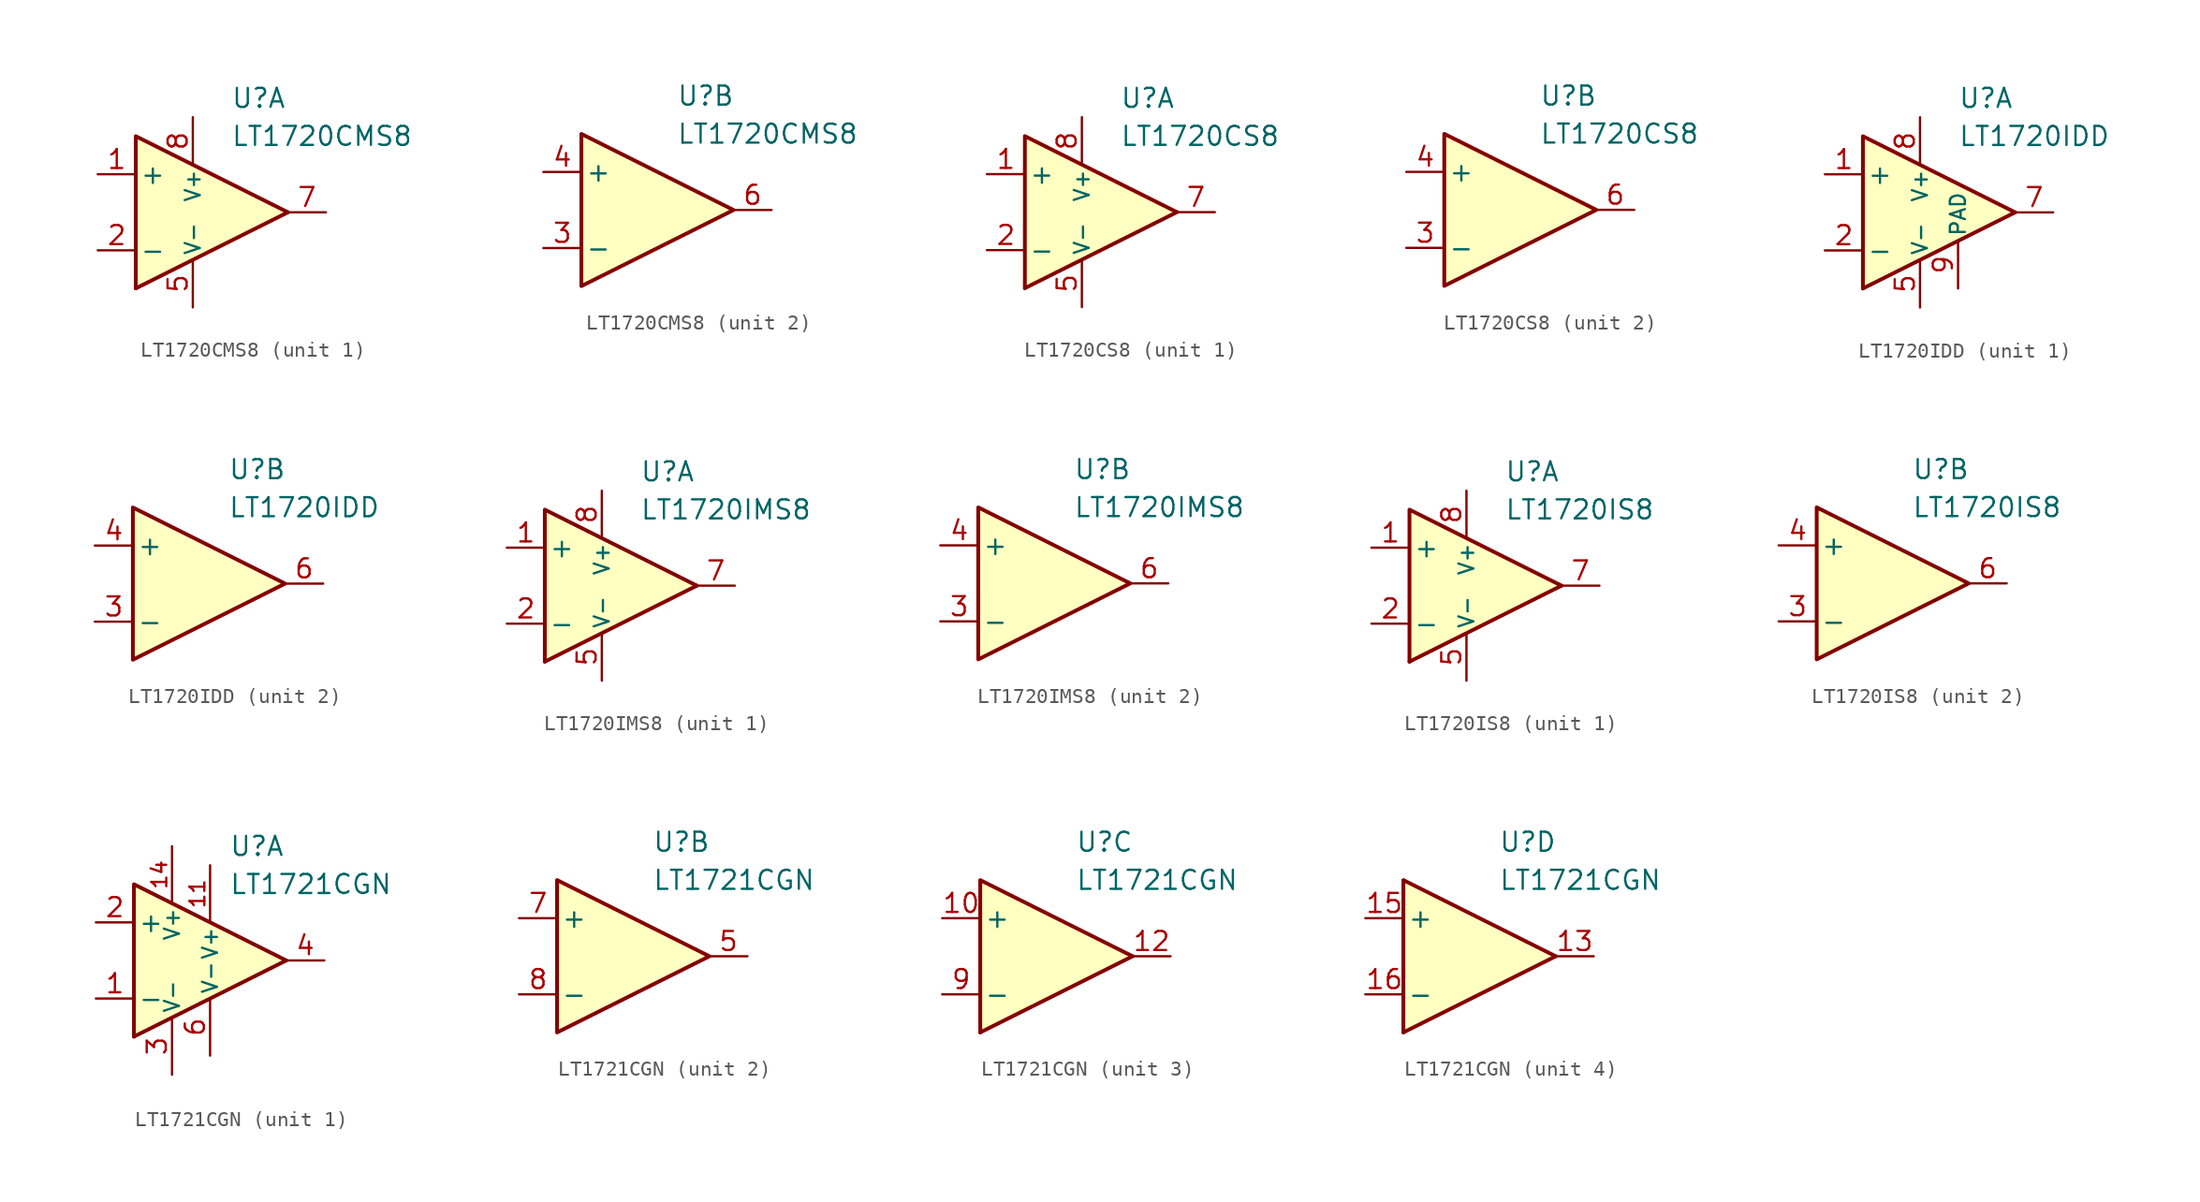
<source format=kicad_sym>
(kicad_symbol_lib
  (version 20211014)
  (generator kicad_symbol_editor)
  (symbol "LT1720CMS8"
    (pin_names
      (offset 0.254))
    (property "Reference" "U"
      (at 2.54 7.62 0)
      (effects (font (size 1.27 1.27)) (justify left)))
    (property "Value" "LT1720CMS8"
      (at 2.54 5.08 0)
      (effects (font (size 1.27 1.27)) (justify left)))
    (property "ki_locked" ""
      (at 0 0 0)
      (effects (font (size 1.27 1.27))))
    (symbol "LT1720CMS8_1_0"
      (polyline (pts (xy 6.35 0) (xy -3.81 -5.08)) (stroke (width 0.254) (type default) (color 0 0 0 0)) (fill (type none)))
      (polyline (pts (xy 6.35 0) (xy -3.81 5.08) (xy -3.81 -5.08)) (stroke (width 0.254) (type default) (color 0 0 0 0)) (fill (type background))))
    (symbol "LT1720CMS8_1_1"
      (pin input line (at -6.35 2.54 0) (length 2.54) (name "+" (effects (font (size 1.27 1.27)))) (number "1" (effects (font (size 1.27 1.27)))))
      (pin input line (at -6.35 -2.54 0) (length 2.54) (name "-" (effects (font (size 1.27 1.27)))) (number "2" (effects (font (size 1.27 1.27)))))
      (pin power_in line (at 0 -6.35 90) (length 3.18) (name "V-" (effects (font (size 1 1)))) (number "5" (effects (font (size 1.27 1.27)))))
      (pin output line (at 8.89 0 180) (length 2.54) (name "~" (effects (font (size 1.27 1.27)))) (number "7" (effects (font (size 1.27 1.27)))))
      (pin power_in line (at 0 6.35 270) (length 3.18) (name "V+" (effects (font (size 1 1)))) (number "8" (effects (font (size 1.27 1.27))))))
    (symbol "LT1720CMS8_2_0"
      (polyline (pts (xy 6.35 0) (xy -3.81 5.08) (xy -3.81 -5.08) (xy 6.35 0)) (stroke (width 0.254) (type default) (color 0 0 0 0)) (fill (type background))))
    (symbol "LT1720CMS8_2_1"
      (pin input line (at -6.35 -2.54 0) (length 2.54) (name "-" (effects (font (size 1.27 1.27)))) (number "3" (effects (font (size 1.27 1.27)))))
      (pin input line (at -6.35 2.54 0) (length 2.54) (name "+" (effects (font (size 1.27 1.27)))) (number "4" (effects (font (size 1.27 1.27)))))
      (pin output line (at 8.89 0 180) (length 2.54) (name "~" (effects (font (size 1.27 1.27)))) (number "6" (effects (font (size 1.27 1.27)))))))
  (symbol "LT1720CS8"
    (pin_names
      (offset 0.254))
    (property "Reference" "U"
      (at 2.54 7.62 0)
      (effects (font (size 1.27 1.27)) (justify left)))
    (property "Value" "LT1720CS8"
      (at 2.54 5.08 0)
      (effects (font (size 1.27 1.27)) (justify left)))
    (property "ki_locked" ""
      (at 0 0 0)
      (effects (font (size 1.27 1.27))))
    (symbol "LT1720CS8_1_0"
      (polyline (pts (xy 6.35 0) (xy -3.81 -5.08)) (stroke (width 0.254) (type default) (color 0 0 0 0)) (fill (type none)))
      (polyline (pts (xy 6.35 0) (xy -3.81 5.08) (xy -3.81 -5.08)) (stroke (width 0.254) (type default) (color 0 0 0 0)) (fill (type background))))
    (symbol "LT1720CS8_1_1"
      (pin input line (at -6.35 2.54 0) (length 2.54) (name "+" (effects (font (size 1.27 1.27)))) (number "1" (effects (font (size 1.27 1.27)))))
      (pin input line (at -6.35 -2.54 0) (length 2.54) (name "-" (effects (font (size 1.27 1.27)))) (number "2" (effects (font (size 1.27 1.27)))))
      (pin power_in line (at 0 -6.35 90) (length 3.18) (name "V-" (effects (font (size 1 1)))) (number "5" (effects (font (size 1.27 1.27)))))
      (pin output line (at 8.89 0 180) (length 2.54) (name "~" (effects (font (size 1.27 1.27)))) (number "7" (effects (font (size 1.27 1.27)))))
      (pin power_in line (at 0 6.35 270) (length 3.18) (name "V+" (effects (font (size 1 1)))) (number "8" (effects (font (size 1.27 1.27))))))
    (symbol "LT1720CS8_2_0"
      (polyline (pts (xy 6.35 0) (xy -3.81 5.08) (xy -3.81 -5.08) (xy 6.35 0)) (stroke (width 0.254) (type default) (color 0 0 0 0)) (fill (type background))))
    (symbol "LT1720CS8_2_1"
      (pin input line (at -6.35 -2.54 0) (length 2.54) (name "-" (effects (font (size 1.27 1.27)))) (number "3" (effects (font (size 1.27 1.27)))))
      (pin input line (at -6.35 2.54 0) (length 2.54) (name "+" (effects (font (size 1.27 1.27)))) (number "4" (effects (font (size 1.27 1.27)))))
      (pin output line (at 8.89 0 180) (length 2.54) (name "~" (effects (font (size 1.27 1.27)))) (number "6" (effects (font (size 1.27 1.27)))))))
  (symbol "LT1720IDD"
    (pin_names
      (offset 0.254))
    (property "Reference" "U"
      (at 2.54 7.62 0)
      (effects (font (size 1.27 1.27)) (justify left)))
    (property "Value" "LT1720IDD"
      (at 2.54 5.08 0)
      (effects (font (size 1.27 1.27)) (justify left)))
    (property "ki_locked" ""
      (at 0 0 0)
      (effects (font (size 1.27 1.27))))
    (symbol "LT1720IDD_1_0"
      (polyline (pts (xy 6.35 0) (xy -3.81 -5.08)) (stroke (width 0.254) (type default) (color 0 0 0 0)) (fill (type none)))
      (polyline (pts (xy 6.35 0) (xy -3.81 5.08) (xy -3.81 -5.08)) (stroke (width 0.254) (type default) (color 0 0 0 0)) (fill (type background))))
    (symbol "LT1720IDD_1_1"
      (pin input line (at -6.35 2.54 0) (length 2.54) (name "+" (effects (font (size 1.27 1.27)))) (number "1" (effects (font (size 1.27 1.27)))))
      (pin input line (at -6.35 -2.54 0) (length 2.54) (name "-" (effects (font (size 1.27 1.27)))) (number "2" (effects (font (size 1.27 1.27)))))
      (pin power_in line (at 0 -6.35 90) (length 3.18) (name "V-" (effects (font (size 1 1)))) (number "5" (effects (font (size 1.27 1.27)))))
      (pin output line (at 8.89 0 180) (length 2.54) (name "~" (effects (font (size 1.27 1.27)))) (number "7" (effects (font (size 1.27 1.27)))))
      (pin power_in line (at 0 6.35 270) (length 3.18) (name "V+" (effects (font (size 1 1)))) (number "8" (effects (font (size 1.27 1.27)))))
      (pin power_in line (at 2.54 -5.08 90) (length 3.18) (name "PAD" (effects (font (size 1 1)))) (number "9" (effects (font (size 1.27 1.27))))))
    (symbol "LT1720IDD_2_0"
      (polyline (pts (xy 6.35 0) (xy -3.81 5.08) (xy -3.81 -5.08) (xy 6.35 0)) (stroke (width 0.254) (type default) (color 0 0 0 0)) (fill (type background))))
    (symbol "LT1720IDD_2_1"
      (pin input line (at -6.35 -2.54 0) (length 2.54) (name "-" (effects (font (size 1.27 1.27)))) (number "3" (effects (font (size 1.27 1.27)))))
      (pin input line (at -6.35 2.54 0) (length 2.54) (name "+" (effects (font (size 1.27 1.27)))) (number "4" (effects (font (size 1.27 1.27)))))
      (pin output line (at 8.89 0 180) (length 2.54) (name "~" (effects (font (size 1.27 1.27)))) (number "6" (effects (font (size 1.27 1.27)))))))
  (symbol "LT1720IMS8"
    (pin_names
      (offset 0.254))
    (property "Reference" "U"
      (at 2.54 7.62 0)
      (effects (font (size 1.27 1.27)) (justify left)))
    (property "Value" "LT1720IMS8"
      (at 2.54 5.08 0)
      (effects (font (size 1.27 1.27)) (justify left)))
    (property "ki_locked" ""
      (at 0 0 0)
      (effects (font (size 1.27 1.27))))
    (symbol "LT1720IMS8_1_0"
      (polyline (pts (xy 6.35 0) (xy -3.81 -5.08)) (stroke (width 0.254) (type default) (color 0 0 0 0)) (fill (type none)))
      (polyline (pts (xy 6.35 0) (xy -3.81 5.08) (xy -3.81 -5.08)) (stroke (width 0.254) (type default) (color 0 0 0 0)) (fill (type background))))
    (symbol "LT1720IMS8_1_1"
      (pin input line (at -6.35 2.54 0) (length 2.54) (name "+" (effects (font (size 1.27 1.27)))) (number "1" (effects (font (size 1.27 1.27)))))
      (pin input line (at -6.35 -2.54 0) (length 2.54) (name "-" (effects (font (size 1.27 1.27)))) (number "2" (effects (font (size 1.27 1.27)))))
      (pin power_in line (at 0 -6.35 90) (length 3.18) (name "V-" (effects (font (size 1 1)))) (number "5" (effects (font (size 1.27 1.27)))))
      (pin output line (at 8.89 0 180) (length 2.54) (name "~" (effects (font (size 1.27 1.27)))) (number "7" (effects (font (size 1.27 1.27)))))
      (pin power_in line (at 0 6.35 270) (length 3.18) (name "V+" (effects (font (size 1 1)))) (number "8" (effects (font (size 1.27 1.27))))))
    (symbol "LT1720IMS8_2_0"
      (polyline (pts (xy 6.35 0) (xy -3.81 5.08) (xy -3.81 -5.08) (xy 6.35 0)) (stroke (width 0.254) (type default) (color 0 0 0 0)) (fill (type background))))
    (symbol "LT1720IMS8_2_1"
      (pin input line (at -6.35 -2.54 0) (length 2.54) (name "-" (effects (font (size 1.27 1.27)))) (number "3" (effects (font (size 1.27 1.27)))))
      (pin input line (at -6.35 2.54 0) (length 2.54) (name "+" (effects (font (size 1.27 1.27)))) (number "4" (effects (font (size 1.27 1.27)))))
      (pin output line (at 8.89 0 180) (length 2.54) (name "~" (effects (font (size 1.27 1.27)))) (number "6" (effects (font (size 1.27 1.27)))))))
  (symbol "LT1720IS8"
    (pin_names
      (offset 0.254))
    (property "Reference" "U"
      (at 2.54 7.62 0)
      (effects (font (size 1.27 1.27)) (justify left)))
    (property "Value" "LT1720IS8"
      (at 2.54 5.08 0)
      (effects (font (size 1.27 1.27)) (justify left)))
    (property "ki_locked" ""
      (at 0 0 0)
      (effects (font (size 1.27 1.27))))
    (symbol "LT1720IS8_1_0"
      (polyline (pts (xy 6.35 0) (xy -3.81 -5.08)) (stroke (width 0.254) (type default) (color 0 0 0 0)) (fill (type none)))
      (polyline (pts (xy 6.35 0) (xy -3.81 5.08) (xy -3.81 -5.08)) (stroke (width 0.254) (type default) (color 0 0 0 0)) (fill (type background))))
    (symbol "LT1720IS8_1_1"
      (pin input line (at -6.35 2.54 0) (length 2.54) (name "+" (effects (font (size 1.27 1.27)))) (number "1" (effects (font (size 1.27 1.27)))))
      (pin input line (at -6.35 -2.54 0) (length 2.54) (name "-" (effects (font (size 1.27 1.27)))) (number "2" (effects (font (size 1.27 1.27)))))
      (pin power_in line (at 0 -6.35 90) (length 3.18) (name "V-" (effects (font (size 1 1)))) (number "5" (effects (font (size 1.27 1.27)))))
      (pin output line (at 8.89 0 180) (length 2.54) (name "~" (effects (font (size 1.27 1.27)))) (number "7" (effects (font (size 1.27 1.27)))))
      (pin power_in line (at 0 6.35 270) (length 3.18) (name "V+" (effects (font (size 1 1)))) (number "8" (effects (font (size 1.27 1.27))))))
    (symbol "LT1720IS8_2_0"
      (polyline (pts (xy 6.35 0) (xy -3.81 5.08) (xy -3.81 -5.08) (xy 6.35 0)) (stroke (width 0.254) (type default) (color 0 0 0 0)) (fill (type background))))
    (symbol "LT1720IS8_2_1"
      (pin input line (at -6.35 -2.54 0) (length 2.54) (name "-" (effects (font (size 1.27 1.27)))) (number "3" (effects (font (size 1.27 1.27)))))
      (pin input line (at -6.35 2.54 0) (length 2.54) (name "+" (effects (font (size 1.27 1.27)))) (number "4" (effects (font (size 1.27 1.27)))))
      (pin output line (at 8.89 0 180) (length 2.54) (name "~" (effects (font (size 1.27 1.27)))) (number "6" (effects (font (size 1.27 1.27)))))))
  (symbol "LT1721CGN"
    (pin_names
      (offset 0.254))
    (property "Reference" "U"
      (at 2.54 7.62 0)
      (effects (font (size 1.27 1.27)) (justify left)))
    (property "Value" "LT1721CGN"
      (at 2.54 5.08 0)
      (effects (font (size 1.27 1.27)) (justify left)))
    (property "ki_locked" ""
      (at 0 0 0)
      (effects (font (size 1.27 1.27))))
    (symbol "LT1721CGN_1_0"
      (polyline (pts (xy 6.35 0) (xy -3.81 -5.08)) (stroke (width 0.254) (type default) (color 0 0 0 0)) (fill (type none)))
      (polyline (pts (xy 6.35 0) (xy -3.81 5.08) (xy -3.81 -5.08)) (stroke (width 0.254) (type default) (color 0 0 0 0)) (fill (type background))))
    (symbol "LT1721CGN_1_1"
      (pin input line (at -6.35 -2.54 0) (length 2.54) (name "-" (effects (font (size 1.27 1.27)))) (number "1" (effects (font (size 1.27 1.27)))))
      (pin power_in line (at 1.27 6.35 270) (length 3.81) (name "V+" (effects (font (size 1 1)))) (number "11" (effects (font (size 1 1)))))
      (pin power_in line (at -1.27 7.62 270) (length 3.81) (name "V+" (effects (font (size 1 1)))) (number "14" (effects (font (size 1 1)))))
      (pin input line (at -6.35 2.54 0) (length 2.54) (name "+" (effects (font (size 1.27 1.27)))) (number "2" (effects (font (size 1.27 1.27)))))
      (pin power_in line (at -1.27 -7.62 90) (length 3.81) (name "V-" (effects (font (size 1 1)))) (number "3" (effects (font (size 1.27 1.27)))))
      (pin output line (at 8.89 0 180) (length 2.54) (name "~" (effects (font (size 1.27 1.27)))) (number "4" (effects (font (size 1.27 1.27)))))
      (pin power_in line (at 1.27 -6.35 90) (length 3.81) (name "V-" (effects (font (size 1 1)))) (number "6" (effects (font (size 1.27 1.27))))))
    (symbol "LT1721CGN_2_0"
      (polyline (pts (xy 6.35 0) (xy -3.81 5.08) (xy -3.81 -5.08) (xy 6.35 0)) (stroke (width 0.254) (type default) (color 0 0 0 0)) (fill (type background))))
    (symbol "LT1721CGN_2_1"
      (pin output line (at 8.89 0 180) (length 2.54) (name "~" (effects (font (size 1.27 1.27)))) (number "5" (effects (font (size 1.27 1.27)))))
      (pin input line (at -6.35 2.54 0) (length 2.54) (name "+" (effects (font (size 1.27 1.27)))) (number "7" (effects (font (size 1.27 1.27)))))
      (pin input line (at -6.35 -2.54 0) (length 2.54) (name "-" (effects (font (size 1.27 1.27)))) (number "8" (effects (font (size 1.27 1.27))))))
    (symbol "LT1721CGN_3_0"
      (polyline (pts (xy 6.35 0) (xy -3.81 -5.08)) (stroke (width 0.254) (type default) (color 0 0 0 0)) (fill (type none)))
      (polyline (pts (xy 6.35 0) (xy -3.81 5.08) (xy -3.81 -5.08)) (stroke (width 0.254) (type default) (color 0 0 0 0)) (fill (type background))))
    (symbol "LT1721CGN_3_1"
      (pin input line (at -6.35 2.54 0) (length 2.54) (name "+" (effects (font (size 1.27 1.27)))) (number "10" (effects (font (size 1.27 1.27)))))
      (pin output line (at 8.89 0 180) (length 2.54) (name "~" (effects (font (size 1.27 1.27)))) (number "12" (effects (font (size 1.27 1.27)))))
      (pin input line (at -6.35 -2.54 0) (length 2.54) (name "-" (effects (font (size 1.27 1.27)))) (number "9" (effects (font (size 1.27 1.27))))))
    (symbol "LT1721CGN_4_0"
      (polyline (pts (xy 6.35 0) (xy -3.81 -5.08)) (stroke (width 0.254) (type default) (color 0 0 0 0)) (fill (type none)))
      (polyline (pts (xy 6.35 0) (xy -3.81 5.08) (xy -3.81 -5.08)) (stroke (width 0.254) (type default) (color 0 0 0 0)) (fill (type background))))
    (symbol "LT1721CGN_4_1"
      (pin output line (at 8.89 0 180) (length 2.54) (name "~" (effects (font (size 1.27 1.27)))) (number "13" (effects (font (size 1.27 1.27)))))
      (pin input line (at -6.35 2.54 0) (length 2.54) (name "+" (effects (font (size 1.27 1.27)))) (number "15" (effects (font (size 1.27 1.27)))))
      (pin input line (at -6.35 -2.54 0) (length 2.54) (name "-" (effects (font (size 1.27 1.27)))) (number "16" (effects (font (size 1.27 1.27))))))))
</source>
